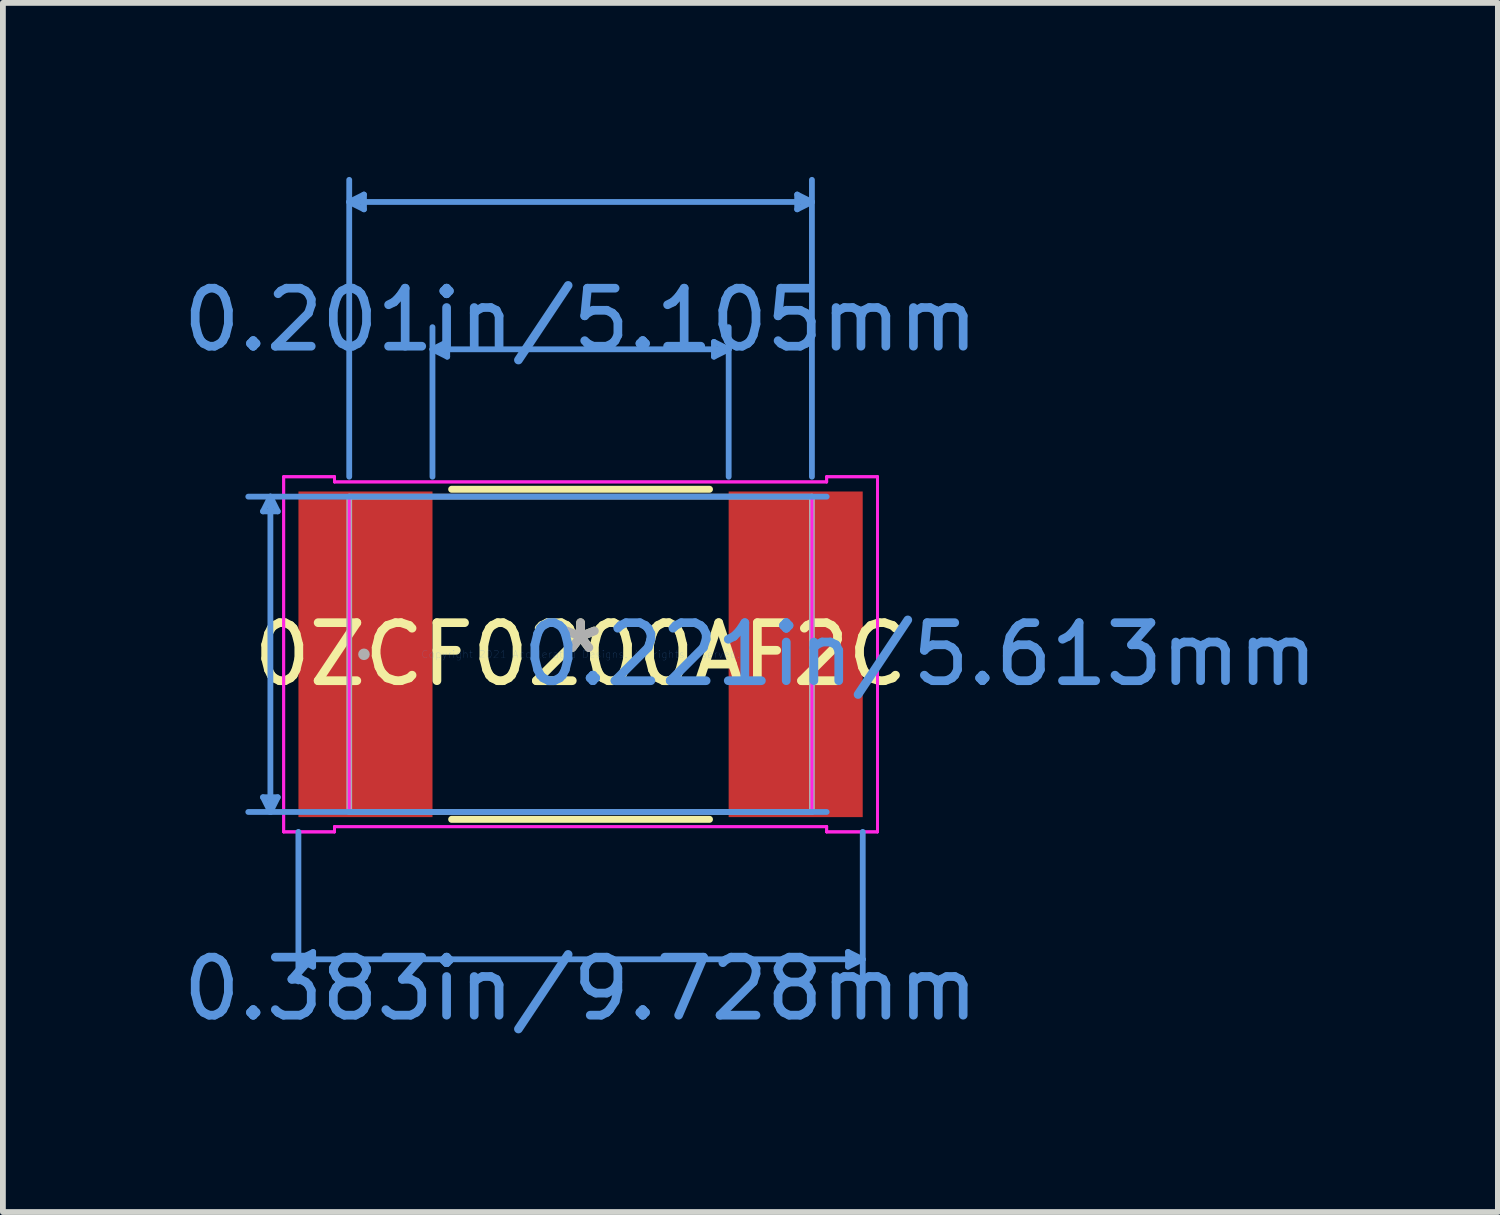
<source format=kicad_pcb>
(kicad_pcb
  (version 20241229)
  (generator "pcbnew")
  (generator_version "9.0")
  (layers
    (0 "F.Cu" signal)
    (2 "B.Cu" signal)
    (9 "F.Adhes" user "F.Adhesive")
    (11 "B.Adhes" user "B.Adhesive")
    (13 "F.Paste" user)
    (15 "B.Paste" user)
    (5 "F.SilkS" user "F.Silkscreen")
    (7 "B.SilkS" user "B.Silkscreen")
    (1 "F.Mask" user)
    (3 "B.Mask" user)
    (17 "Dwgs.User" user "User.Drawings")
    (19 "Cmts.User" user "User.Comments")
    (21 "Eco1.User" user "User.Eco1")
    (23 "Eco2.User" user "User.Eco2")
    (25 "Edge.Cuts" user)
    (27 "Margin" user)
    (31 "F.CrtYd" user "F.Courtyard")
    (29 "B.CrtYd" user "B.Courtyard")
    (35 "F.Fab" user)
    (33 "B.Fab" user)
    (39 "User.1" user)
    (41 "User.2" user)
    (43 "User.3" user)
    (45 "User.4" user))
  (footprint "0ZCF0200AF2C"
    (layer "F.Cu")
    (at 6.958 8.229)
    (property "Reference" "0ZCF0200AF2C" (at 0 0 0) (layer "F.SilkS") (effects (font (size 1 1) (thickness 0.15))))
    (attr through_hole)
    (fp_line (start -2.222 2.845) (end 2.222 2.845) (stroke (width 0.12) (type solid)) (layer "F.SilkS"))
    (fp_line (start 2.222 -2.845) (end -2.222 -2.845) (stroke (width 0.12) (type solid)) (layer "F.SilkS"))
    (fp_line (start -5.474 -2.464) (end -5.22 -2.464) (stroke (width 0.1) (type solid)) (layer "Cmts.User"))
    (fp_line (start -5.474 2.464) (end -5.22 2.464) (stroke (width 0.1) (type solid)) (layer "Cmts.User"))
    (fp_line (start -5.347 -2.718) (end -5.474 -2.464) (stroke (width 0.1) (type solid)) (layer "Cmts.User"))
    (fp_line (start -5.347 -2.718) (end -5.347 2.718) (stroke (width 0.1) (type solid)) (layer "Cmts.User"))
    (fp_line (start -5.347 -2.718) (end -5.22 -2.464) (stroke (width 0.1) (type solid)) (layer "Cmts.User"))
    (fp_line (start -5.347 2.718) (end -5.474 2.464) (stroke (width 0.1) (type solid)) (layer "Cmts.User"))
    (fp_line (start -5.347 2.718) (end -5.22 2.464) (stroke (width 0.1) (type solid)) (layer "Cmts.User"))
    (fp_line (start -4.864 3.061) (end -4.864 5.639) (stroke (width 0.1) (type solid)) (layer "Cmts.User"))
    (fp_line (start -4.864 5.258) (end -4.61 5.131) (stroke (width 0.1) (type solid)) (layer "Cmts.User"))
    (fp_line (start -4.864 5.258) (end -4.61 5.385) (stroke (width 0.1) (type solid)) (layer "Cmts.User"))
    (fp_line (start -4.864 5.258) (end 4.864 5.258) (stroke (width 0.1) (type solid)) (layer "Cmts.User"))
    (fp_line (start -4.61 5.131) (end -4.61 5.385) (stroke (width 0.1) (type solid)) (layer "Cmts.User"))
    (fp_line (start -3.988 -7.798) (end -3.734 -7.925) (stroke (width 0.1) (type solid)) (layer "Cmts.User"))
    (fp_line (start -3.988 -7.798) (end -3.734 -7.671) (stroke (width 0.1) (type solid)) (layer "Cmts.User"))
    (fp_line (start -3.988 -7.798) (end 3.988 -7.798) (stroke (width 0.1) (type solid)) (layer "Cmts.User"))
    (fp_line (start -3.988 -3.061) (end -3.988 -8.179) (stroke (width 0.1) (type solid)) (layer "Cmts.User"))
    (fp_line (start -3.734 -7.925) (end -3.734 -7.671) (stroke (width 0.1) (type solid)) (layer "Cmts.User"))
    (fp_line (start -2.553 -5.258) (end -2.299 -5.385) (stroke (width 0.1) (type solid)) (layer "Cmts.User"))
    (fp_line (start -2.553 -5.258) (end -2.299 -5.131) (stroke (width 0.1) (type solid)) (layer "Cmts.User"))
    (fp_line (start -2.553 -5.258) (end 2.553 -5.258) (stroke (width 0.1) (type solid)) (layer "Cmts.User"))
    (fp_line (start -2.553 -3.061) (end -2.553 -5.639) (stroke (width 0.1) (type solid)) (layer "Cmts.User"))
    (fp_line (start -2.299 -5.385) (end -2.299 -5.131) (stroke (width 0.1) (type solid)) (layer "Cmts.User"))
    (fp_line (start 2.299 -5.385) (end 2.299 -5.131) (stroke (width 0.1) (type solid)) (layer "Cmts.User"))
    (fp_line (start 2.553 -5.258) (end 2.299 -5.385) (stroke (width 0.1) (type solid)) (layer "Cmts.User"))
    (fp_line (start 2.553 -5.258) (end 2.299 -5.131) (stroke (width 0.1) (type solid)) (layer "Cmts.User"))
    (fp_line (start 2.553 -3.061) (end 2.553 -5.639) (stroke (width 0.1) (type solid)) (layer "Cmts.User"))
    (fp_line (start 3.734 -7.925) (end 3.734 -7.671) (stroke (width 0.1) (type solid)) (layer "Cmts.User"))
    (fp_line (start 3.988 -7.798) (end 3.734 -7.925) (stroke (width 0.1) (type solid)) (layer "Cmts.User"))
    (fp_line (start 3.988 -7.798) (end 3.734 -7.671) (stroke (width 0.1) (type solid)) (layer "Cmts.User"))
    (fp_line (start 3.988 -3.061) (end 3.988 -8.179) (stroke (width 0.1) (type solid)) (layer "Cmts.User"))
    (fp_line (start 4.242 -2.718) (end -5.728 -2.718) (stroke (width 0.1) (type solid)) (layer "Cmts.User"))
    (fp_line (start 4.242 2.718) (end -5.728 2.718) (stroke (width 0.1) (type solid)) (layer "Cmts.User"))
    (fp_line (start 4.61 5.131) (end 4.61 5.385) (stroke (width 0.1) (type solid)) (layer "Cmts.User"))
    (fp_line (start 4.864 3.061) (end 4.864 5.639) (stroke (width 0.1) (type solid)) (layer "Cmts.User"))
    (fp_line (start 4.864 5.258) (end 4.61 5.131) (stroke (width 0.1) (type solid)) (layer "Cmts.User"))
    (fp_line (start 4.864 5.258) (end 4.61 5.385) (stroke (width 0.1) (type solid)) (layer "Cmts.User"))
    (fp_line (start -5.118 -3.061) (end -4.242 -3.061) (stroke (width 0.05) (type solid)) (layer "F.CrtYd"))
    (fp_line (start -5.118 -3.061) (end -4.242 -3.061) (stroke (width 0.05) (type solid)) (layer "F.CrtYd"))
    (fp_line (start -5.118 3.061) (end -5.118 -3.061) (stroke (width 0.05) (type solid)) (layer "F.CrtYd"))
    (fp_line (start -5.118 3.061) (end -5.118 -3.061) (stroke (width 0.05) (type solid)) (layer "F.CrtYd"))
    (fp_line (start -5.118 3.061) (end -4.242 3.061) (stroke (width 0.05) (type solid)) (layer "F.CrtYd"))
    (fp_line (start -4.242 -3.061) (end -4.242 -2.972) (stroke (width 0.05) (type solid)) (layer "F.CrtYd"))
    (fp_line (start -4.242 -3.061) (end -4.242 -2.972) (stroke (width 0.05) (type solid)) (layer "F.CrtYd"))
    (fp_line (start -4.242 -2.972) (end 4.242 -2.972) (stroke (width 0.05) (type solid)) (layer "F.CrtYd"))
    (fp_line (start -4.242 -2.972) (end 4.242 -2.972) (stroke (width 0.05) (type solid)) (layer "F.CrtYd"))
    (fp_line (start -4.242 2.972) (end -4.242 3.061) (stroke (width 0.05) (type solid)) (layer "F.CrtYd"))
    (fp_line (start -4.242 2.972) (end 4.242 2.972) (stroke (width 0.05) (type solid)) (layer "F.CrtYd"))
    (fp_line (start -4.242 3.061) (end -5.118 3.061) (stroke (width 0.05) (type solid)) (layer "F.CrtYd"))
    (fp_line (start -4.242 3.061) (end -4.242 2.972) (stroke (width 0.05) (type solid)) (layer "F.CrtYd"))
    (fp_line (start -3.988 -2.718) (end 3.988 -2.718) (stroke (width 0.05) (type solid)) (layer "F.CrtYd"))
    (fp_line (start -3.988 2.718) (end -3.988 -2.718) (stroke (width 0.05) (type solid)) (layer "F.CrtYd"))
    (fp_line (start 3.988 -2.718) (end 3.988 2.718) (stroke (width 0.05) (type solid)) (layer "F.CrtYd"))
    (fp_line (start 3.988 2.718) (end -3.988 2.718) (stroke (width 0.05) (type solid)) (layer "F.CrtYd"))
    (fp_line (start 4.242 -3.061) (end 5.118 -3.061) (stroke (width 0.05) (type solid)) (layer "F.CrtYd"))
    (fp_line (start 4.242 -3.061) (end 5.118 -3.061) (stroke (width 0.05) (type solid)) (layer "F.CrtYd"))
    (fp_line (start 4.242 -2.972) (end 4.242 -3.061) (stroke (width 0.05) (type solid)) (layer "F.CrtYd"))
    (fp_line (start 4.242 -2.972) (end 4.242 -3.061) (stroke (width 0.05) (type solid)) (layer "F.CrtYd"))
    (fp_line (start 4.242 2.972) (end -4.242 2.972) (stroke (width 0.05) (type solid)) (layer "F.CrtYd"))
    (fp_line (start 4.242 2.972) (end 4.242 2.972) (stroke (width 0.05) (type solid)) (layer "F.CrtYd"))
    (fp_line (start 4.242 2.972) (end 4.242 3.061) (stroke (width 0.05) (type solid)) (layer "F.CrtYd"))
    (fp_line (start 4.242 3.061) (end 4.242 2.972) (stroke (width 0.05) (type solid)) (layer "F.CrtYd"))
    (fp_line (start 4.242 3.061) (end 5.118 3.061) (stroke (width 0.05) (type solid)) (layer "F.CrtYd"))
    (fp_line (start 5.118 -3.061) (end 5.118 3.061) (stroke (width 0.05) (type solid)) (layer "F.CrtYd"))
    (fp_line (start 5.118 -3.061) (end 5.118 3.061) (stroke (width 0.05) (type solid)) (layer "F.CrtYd"))
    (fp_line (start 5.118 3.061) (end 4.242 3.061) (stroke (width 0.05) (type solid)) (layer "F.CrtYd"))
    (fp_line (start -3.988 -2.718) (end -3.988 2.718) (stroke (width 0.1) (type solid)) (layer "F.Fab"))
    (fp_line (start -3.988 2.718) (end 3.988 2.718) (stroke (width 0.1) (type solid)) (layer "F.Fab"))
    (fp_line (start 3.988 -2.718) (end -3.988 -2.718) (stroke (width 0.1) (type solid)) (layer "F.Fab"))
    (fp_line (start 3.988 2.718) (end 3.988 -2.718) (stroke (width 0.1) (type solid)) (layer "F.Fab"))
    (fp_circle (center -3.734 0) (end -3.734 0) (stroke (width 0.1) (type solid)) (fill no) (layer "F.Fab"))
    (fp_text user "*" (at 0 0 0) (layer "F.SilkS") (effects (font (size 1 1) (thickness 0.15))))
    (fp_text user "0.201in/5.105mm" (at 0 -5.766 0) (layer "Cmts.User") (effects (font (size 1 1) (thickness 0.15))))
    (fp_text user "0.221in/5.613mm" (at 5.855 0 0) (layer "Cmts.User") (effects (font (size 1 1) (thickness 0.15))))
    (fp_text user "Copyright 2021 Accelerated Designs. All rights reserved." (at 0 0 0) (layer "Cmts.User") (effects (font (size 0.127 0.127) (thickness 0.002))))
    (fp_text user "0.383in/9.728mm" (at 0 5.766 0) (layer "Cmts.User") (effects (font (size 1 1) (thickness 0.15))))
    (fp_text user "*" (at 0 0 0) (layer "F.Fab") (effects (font (size 1 1) (thickness 0.15))))
    (pad "1" smd rect (at -3.708 0) (size 2.311 5.613) (layers "F.Cu" "F.Mask" "F.Paste"))
    (pad "2" smd rect (at 3.708 0) (size 2.311 5.613) (layers "F.Cu" "F.Mask" "F.Paste")))
  (gr_rect
    (start -3 -3)
    (end 22.771 17.843)
    (stroke (width 0.1) (type default))
    (fill no)
    (layer "Edge.Cuts")))
</source>
